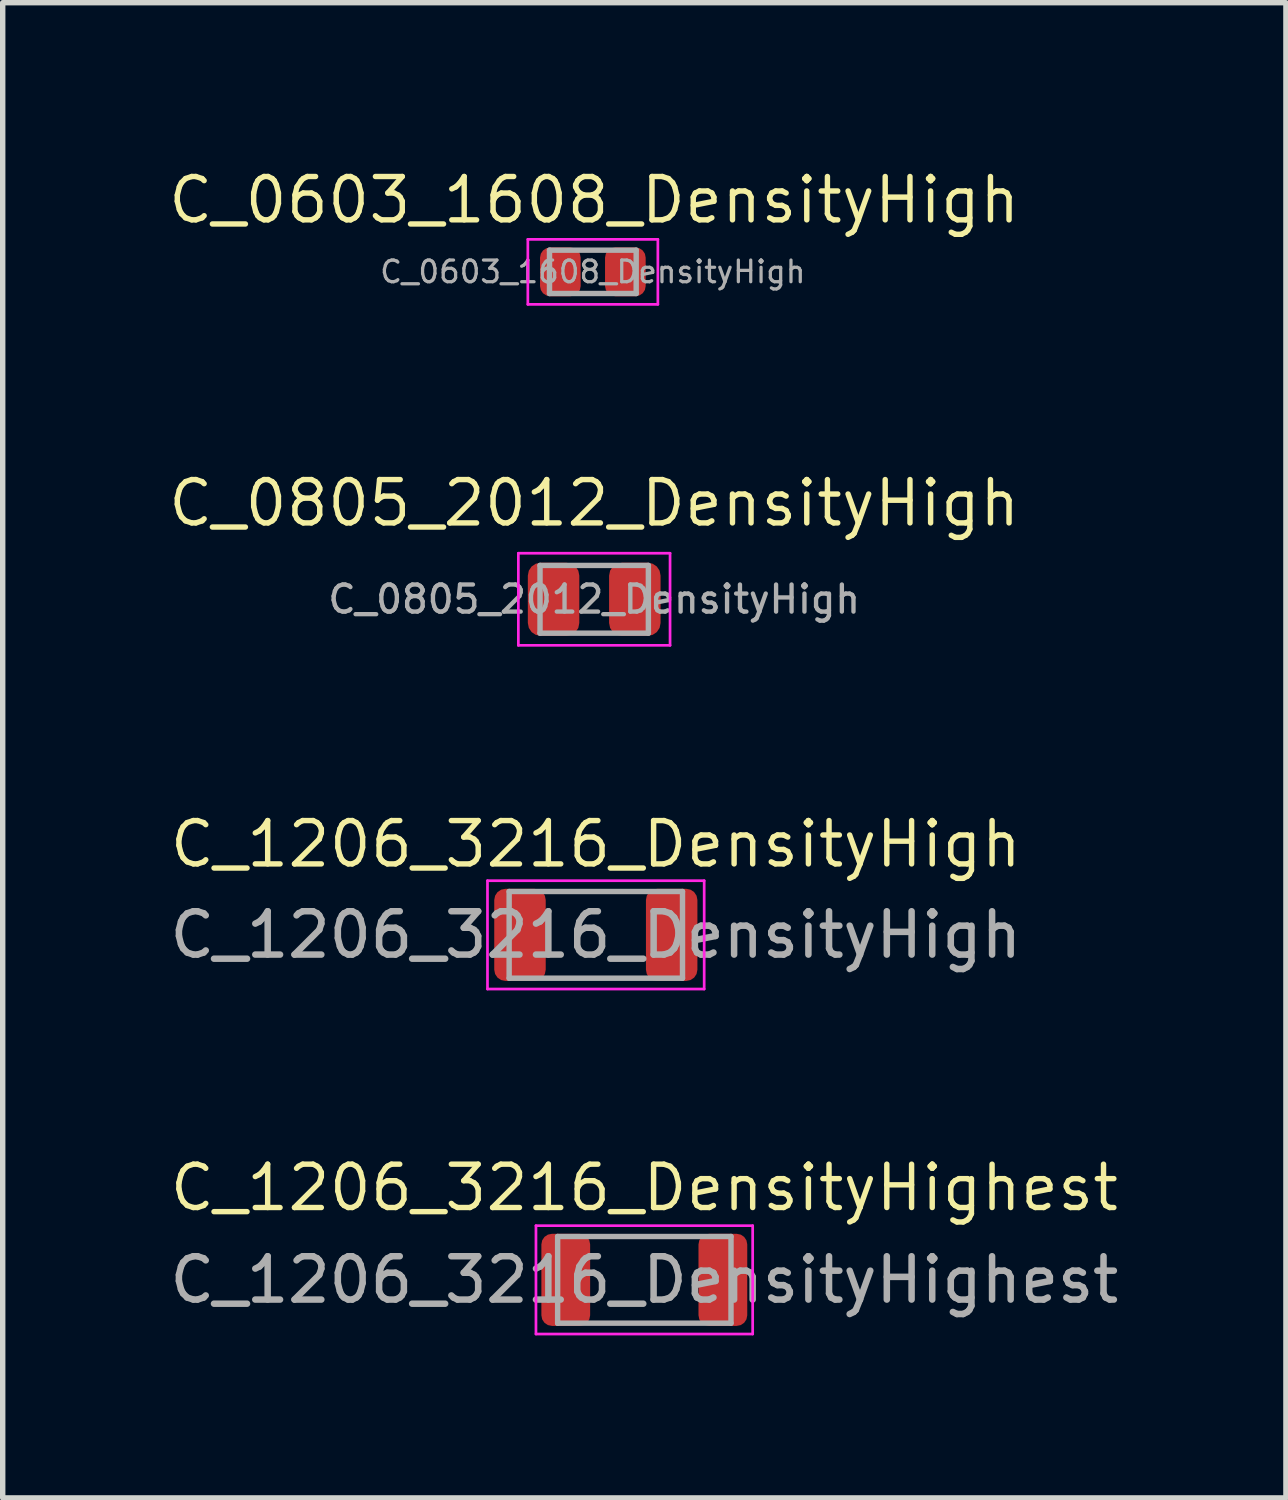
<source format=kicad_pcb>
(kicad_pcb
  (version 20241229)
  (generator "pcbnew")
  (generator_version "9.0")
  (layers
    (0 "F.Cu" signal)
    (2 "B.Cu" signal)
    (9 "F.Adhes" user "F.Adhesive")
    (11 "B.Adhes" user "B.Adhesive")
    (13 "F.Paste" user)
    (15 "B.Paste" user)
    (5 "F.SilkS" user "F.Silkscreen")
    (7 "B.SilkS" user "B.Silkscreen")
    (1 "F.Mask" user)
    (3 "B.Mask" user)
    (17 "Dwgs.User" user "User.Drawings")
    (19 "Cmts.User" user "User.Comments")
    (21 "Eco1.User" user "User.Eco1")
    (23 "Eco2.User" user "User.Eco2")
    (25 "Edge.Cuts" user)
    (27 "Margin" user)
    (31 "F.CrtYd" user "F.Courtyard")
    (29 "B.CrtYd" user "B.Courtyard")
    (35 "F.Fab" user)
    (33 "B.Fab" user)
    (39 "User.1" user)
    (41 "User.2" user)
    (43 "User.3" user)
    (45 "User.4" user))
  (footprint "C_0805_2012_DensityHigh"
    (layer "F.Cu")
    (at 7.918 8.012)
    (property "Reference" "C_0805_2012_DensityHigh" (at 0 -1.775 0) (unlocked yes) (layer "F.SilkS") (effects (font (size 0.8 0.8) (thickness 0.1) (bold yes))))
    (attr smd)
    (fp_line (start -1.4 -0.85) (end 1.4 -0.85) (stroke (width 0.05) (type solid)) (layer "F.CrtYd"))
    (fp_line (start -1.4 0.85) (end -1.4 -0.85) (stroke (width 0.05) (type solid)) (layer "F.CrtYd"))
    (fp_line (start 1.4 -0.85) (end 1.4 0.85) (stroke (width 0.05) (type solid)) (layer "F.CrtYd"))
    (fp_line (start 1.4 0.85) (end -1.4 0.85) (stroke (width 0.05) (type solid)) (layer "F.CrtYd"))
    (fp_line (start -1 -0.625) (end 1 -0.625) (stroke (width 0.1) (type solid)) (layer "F.Fab"))
    (fp_line (start -1 0.625) (end -1 -0.625) (stroke (width 0.1) (type solid)) (layer "F.Fab"))
    (fp_line (start 1 -0.625) (end 1 0.625) (stroke (width 0.1) (type solid)) (layer "F.Fab"))
    (fp_line (start 1 0.625) (end -1 0.625) (stroke (width 0.1) (type solid)) (layer "F.Fab"))
    (fp_text user "${REFERENCE}" (at 0 0 0) (layer "F.Fab") (effects (font (size 0.5 0.5) (thickness 0.08))))
    (pad "1" smd roundrect (at -0.75 0) (size 0.95 1.35) (layers "F.Cu" "F.Mask" "F.Paste") (roundrect_rratio 0.25))
    (pad "2" smd roundrect (at 0.75 0) (size 0.95 1.35) (layers "F.Cu" "F.Mask" "F.Paste") (roundrect_rratio 0.25)))
  (footprint "C_0603_1608_DensityHigh"
    (layer "F.Cu")
    (at 7.893 1.968)
    (property "Reference" "C_0603_1608_DensityHigh" (at 0.025 -1.325 0) (unlocked yes) (layer "F.SilkS") (effects (font (size 0.8 0.8) (thickness 0.1) (bold yes))))
    (attr smd)
    (fp_line (start -1.2 -0.6) (end 1.2 -0.6) (stroke (width 0.05) (type solid)) (layer "F.CrtYd"))
    (fp_line (start -1.2 0.6) (end -1.2 -0.6) (stroke (width 0.05) (type solid)) (layer "F.CrtYd"))
    (fp_line (start 1.2 -0.6) (end 1.2 0.6) (stroke (width 0.05) (type solid)) (layer "F.CrtYd"))
    (fp_line (start 1.2 0.6) (end -1.2 0.6) (stroke (width 0.05) (type solid)) (layer "F.CrtYd"))
    (fp_line (start -0.8 -0.4) (end 0.8 -0.4) (stroke (width 0.1) (type solid)) (layer "F.Fab"))
    (fp_line (start -0.8 0.4) (end -0.8 -0.4) (stroke (width 0.1) (type solid)) (layer "F.Fab"))
    (fp_line (start 0.8 -0.4) (end 0.8 0.4) (stroke (width 0.1) (type solid)) (layer "F.Fab"))
    (fp_line (start 0.8 0.4) (end -0.8 0.4) (stroke (width 0.1) (type solid)) (layer "F.Fab"))
    (fp_text user "${REFERENCE}" (at 0 0 0) (layer "F.Fab") (effects (font (size 0.4 0.4) (thickness 0.06))))
    (pad "1" smd roundrect (at -0.6 0) (size 0.75 0.9) (layers "F.Cu" "F.Mask" "F.Paste") (roundrect_rratio 0.25))
    (pad "2" smd roundrect (at 0.6 0) (size 0.75 0.9) (layers "F.Cu" "F.Mask" "F.Paste") (roundrect_rratio 0.25)))
  (footprint "C_1206_3216_DensityHigh"
    (layer "F.Cu")
    (at 7.948 14.206)
    (property "Reference" "C_1206_3216_DensityHigh" (at 0 -1.675 0) (unlocked yes) (layer "F.SilkS") (effects (font (size 0.8 0.8) (thickness 0.1))))
    (attr smd)
    (fp_line (start -2 -1) (end 2 -1) (stroke (width 0.05) (type solid)) (layer "F.CrtYd"))
    (fp_line (start -2 1) (end -2 -1) (stroke (width 0.05) (type solid)) (layer "F.CrtYd"))
    (fp_line (start 2 -1) (end 2 1) (stroke (width 0.05) (type solid)) (layer "F.CrtYd"))
    (fp_line (start 2 1) (end -2 1) (stroke (width 0.05) (type solid)) (layer "F.CrtYd"))
    (fp_line (start -1.6 -0.8) (end 1.6 -0.8) (stroke (width 0.1) (type solid)) (layer "F.Fab"))
    (fp_line (start -1.6 0.8) (end -1.6 -0.8) (stroke (width 0.1) (type solid)) (layer "F.Fab"))
    (fp_line (start 1.6 -0.8) (end 1.6 0.8) (stroke (width 0.1) (type solid)) (layer "F.Fab"))
    (fp_line (start 1.6 0.8) (end -1.6 0.8) (stroke (width 0.1) (type solid)) (layer "F.Fab"))
    (fp_text user "${REFERENCE}" (at 0 0 0) (layer "F.Fab") (effects (font (size 0.8 0.8) (thickness 0.12))))
    (pad "1" smd roundrect (at -1.4 0) (size 0.95 1.7) (layers "F.Cu" "F.Mask" "F.Paste") (roundrect_rratio 0.217))
    (pad "2" smd roundrect (at 1.4 0) (size 0.95 1.7) (layers "F.Cu" "F.Mask" "F.Paste") (roundrect_rratio 0.217)))
  (footprint "C_1206_3216_DensityHighest"
    (layer "F.Cu")
    (at 8.843 20.574)
    (property "Reference" "C_1206_3216_DensityHighest" (at 0 -1.7 0) (unlocked yes) (layer "F.SilkS") (effects (font (size 0.8 0.8) (thickness 0.1))))
    (attr smd)
    (fp_line (start -2 -1) (end 2 -1) (stroke (width 0.05) (type solid)) (layer "F.CrtYd"))
    (fp_line (start -2 1) (end -2 -1) (stroke (width 0.05) (type solid)) (layer "F.CrtYd"))
    (fp_line (start 2 -1) (end 2 1) (stroke (width 0.05) (type solid)) (layer "F.CrtYd"))
    (fp_line (start 2 1) (end -2 1) (stroke (width 0.05) (type solid)) (layer "F.CrtYd"))
    (fp_line (start -1.6 -0.8) (end 1.6 -0.8) (stroke (width 0.1) (type solid)) (layer "F.Fab"))
    (fp_line (start -1.6 0.8) (end -1.6 -0.8) (stroke (width 0.1) (type solid)) (layer "F.Fab"))
    (fp_line (start 1.6 -0.8) (end 1.6 0.8) (stroke (width 0.1) (type solid)) (layer "F.Fab"))
    (fp_line (start 1.6 0.8) (end -1.6 0.8) (stroke (width 0.1) (type solid)) (layer "F.Fab"))
    (fp_text user "${REFERENCE}" (at 0 0 0) (layer "F.Fab") (effects (font (size 0.8 0.8) (thickness 0.12))))
    (pad "1" smd roundrect (at -1.45 0) (size 0.9 1.7) (layers "F.Cu" "F.Mask" "F.Paste") (roundrect_rratio 0.217))
    (pad "2" smd roundrect (at 1.45 0) (size 0.9 1.7) (layers "F.Cu" "F.Mask" "F.Paste") (roundrect_rratio 0.217)))
  (gr_rect
    (start -3 -3)
    (end 20.686 24.599)
    (stroke (width 0.1) (type default))
    (fill no)
    (layer "Edge.Cuts")))
</source>
